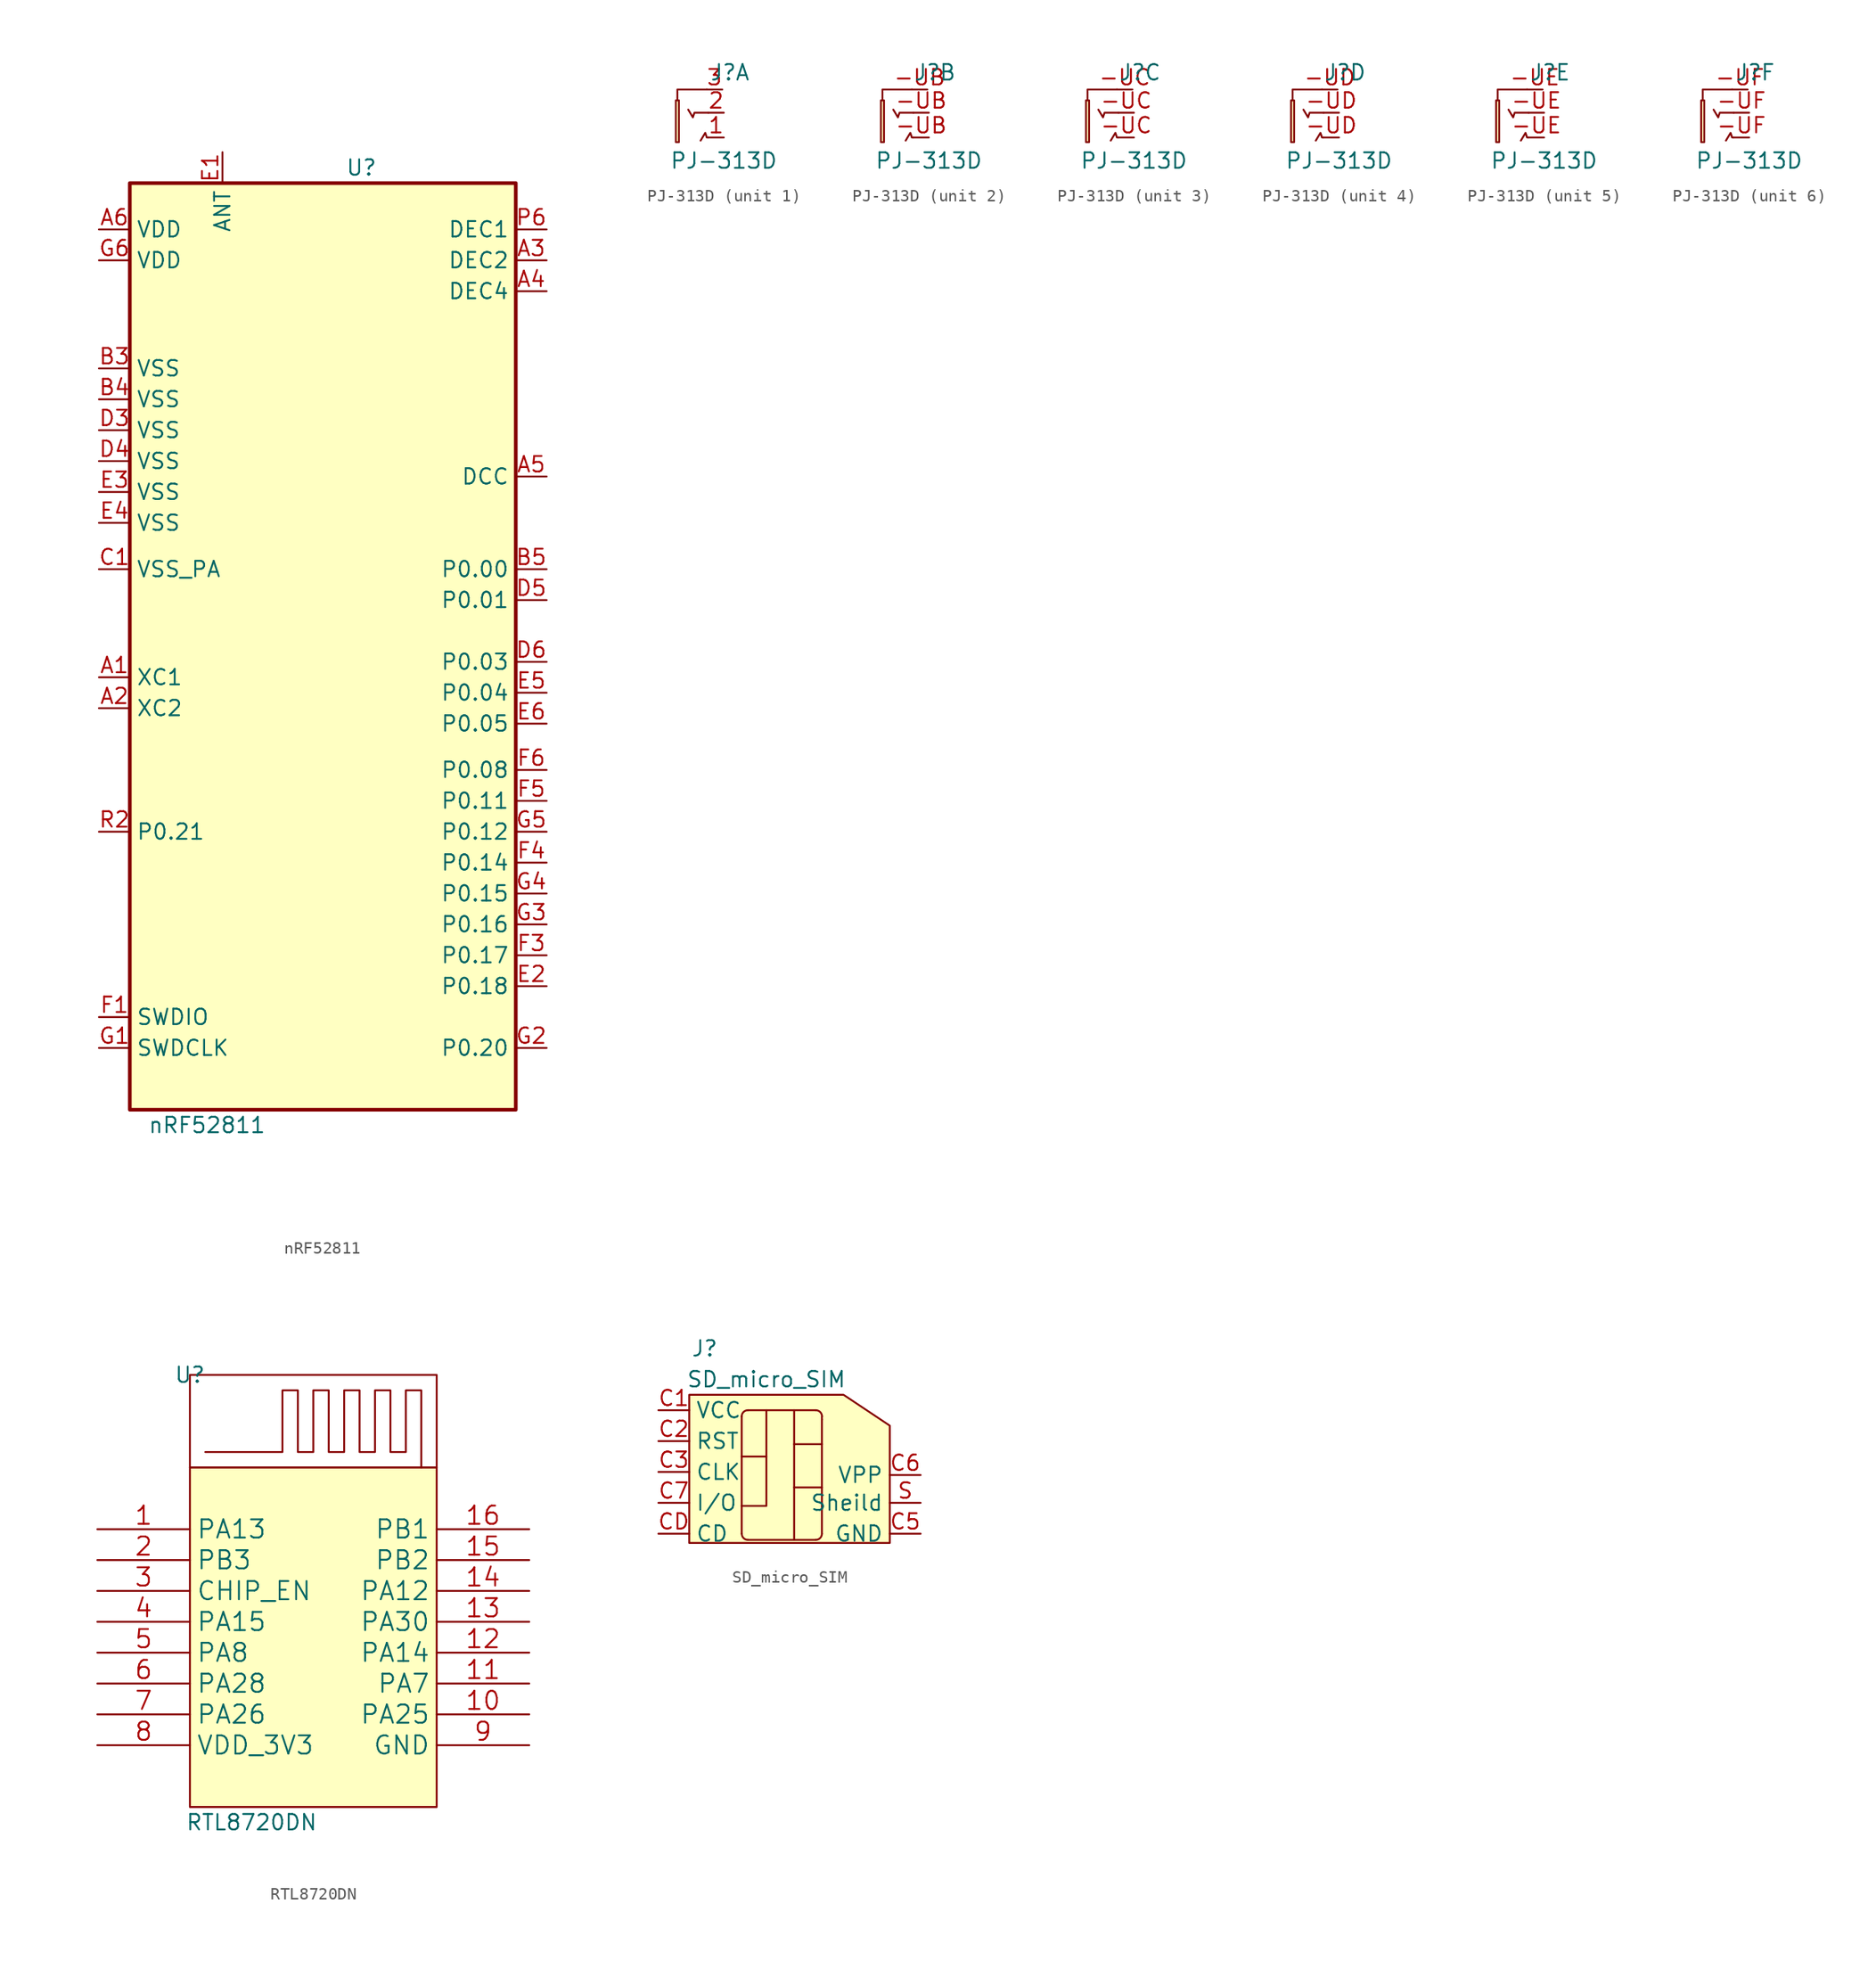
<source format=kicad_sym>
(kicad_symbol_lib
  (version 20211014)
  (generator kicad_symbol_editor)
  (symbol "nRF52811"
    (property "Reference" "U"
      (at 3.81 38.1 0)
      (effects (font (size 1.27 1.27))))
    (property "Value" "nRF52811"
      (at -8.89 -40.64 0)
      (effects (font (size 1.27 1.27))))
    (symbol "nRF52811_0_1"
      (rectangle (start -15.24 36.83) (end 16.51 -39.37) (stroke (width 0.3) (type default) (color 0 0 0 0)) (fill (type background))))
    (symbol "nRF52811_1_1"
      (pin input line (at -17.78 -3.81 0) (length 2.54) (name "XC1" (effects (font (size 1.27 1.27)))) (number "A1" (effects (font (size 1.27 1.27)))))
      (pin input line (at -17.78 -6.35 0) (length 2.54) (name "XC2" (effects (font (size 1.27 1.27)))) (number "A2" (effects (font (size 1.27 1.27)))))
      (pin power_out line (at 19.05 30.48 180) (length 2.54) (name "DEC2" (effects (font (size 1.27 1.27)))) (number "A3" (effects (font (size 1.27 1.27)))))
      (pin power_out line (at 19.05 27.94 180) (length 2.54) (name "DEC4" (effects (font (size 1.27 1.27)))) (number "A4" (effects (font (size 1.27 1.27)))))
      (pin power_in line (at 19.05 12.7 180) (length 2.54) (name "DCC" (effects (font (size 1.27 1.27)))) (number "A5" (effects (font (size 1.27 1.27)))))
      (pin power_in line (at -17.78 33.02 0) (length 2.54) (name "VDD" (effects (font (size 1.27 1.27)))) (number "A6" (effects (font (size 1.27 1.27)))))
      (pin power_in line (at -17.78 21.59 0) (length 2.54) (name "VSS" (effects (font (size 1.27 1.27)))) (number "B3" (effects (font (size 1.27 1.27)))))
      (pin power_in line (at -17.78 19.05 0) (length 2.54) (name "VSS" (effects (font (size 1.27 1.27)))) (number "B4" (effects (font (size 1.27 1.27)))))
      (pin bidirectional line (at 19.05 5.08 180) (length 2.54) (name "P0.00" (effects (font (size 1.27 1.27)))) (number "B5" (effects (font (size 1.27 1.27)))))
      (pin power_in line (at -17.78 5.08 0) (length 2.54) (name "VSS_PA" (effects (font (size 1.27 1.27)))) (number "C1" (effects (font (size 1.27 1.27)))))
      (pin power_in line (at -17.78 16.51 0) (length 2.54) (name "VSS" (effects (font (size 1.27 1.27)))) (number "D3" (effects (font (size 1.27 1.27)))))
      (pin power_in line (at -17.78 13.97 0) (length 2.54) (name "VSS" (effects (font (size 1.27 1.27)))) (number "D4" (effects (font (size 1.27 1.27)))))
      (pin bidirectional line (at 19.05 2.54 180) (length 2.54) (name "P0.01" (effects (font (size 1.27 1.27)))) (number "D5" (effects (font (size 1.27 1.27)))))
      (pin bidirectional line (at 19.05 -2.54 180) (length 2.54) (name "P0.03" (effects (font (size 1.27 1.27)))) (number "D6" (effects (font (size 1.27 1.27)))))
      (pin input line (at -7.62 39.37 270) (length 2.54) (name "ANT" (effects (font (size 1.27 1.27)))) (number "E1" (effects (font (size 1.27 1.27)))))
      (pin bidirectional line (at 19.05 -29.21 180) (length 2.54) (name "P0.18" (effects (font (size 1.27 1.27)))) (number "E2" (effects (font (size 1.27 1.27)))))
      (pin power_in line (at -17.78 11.43 0) (length 2.54) (name "VSS" (effects (font (size 1.27 1.27)))) (number "E3" (effects (font (size 1.27 1.27)))))
      (pin power_in line (at -17.78 8.89 0) (length 2.54) (name "VSS" (effects (font (size 1.27 1.27)))) (number "E4" (effects (font (size 1.27 1.27)))))
      (pin bidirectional line (at 19.05 -5.08 180) (length 2.54) (name "P0.04" (effects (font (size 1.27 1.27)))) (number "E5" (effects (font (size 1.27 1.27)))))
      (pin input line (at 19.05 -7.62 180) (length 2.54) (name "P0.05" (effects (font (size 1.27 1.27)))) (number "E6" (effects (font (size 1.27 1.27)))))
      (pin open_collector line (at -17.78 -31.75 0) (length 2.54) (name "SWDIO" (effects (font (size 1.27 1.27)))) (number "F1" (effects (font (size 1.27 1.27)))))
      (pin bidirectional line (at 19.05 -26.67 180) (length 2.54) (name "P0.17" (effects (font (size 1.27 1.27)))) (number "F3" (effects (font (size 1.27 1.27)))))
      (pin bidirectional line (at 19.05 -19.05 180) (length 2.54) (name "P0.14" (effects (font (size 1.27 1.27)))) (number "F4" (effects (font (size 1.27 1.27)))))
      (pin bidirectional line (at 19.05 -13.97 180) (length 2.54) (name "P0.11" (effects (font (size 1.27 1.27)))) (number "F5" (effects (font (size 1.27 1.27)))))
      (pin bidirectional line (at 19.05 -11.43 180) (length 2.54) (name "P0.08" (effects (font (size 1.27 1.27)))) (number "F6" (effects (font (size 1.27 1.27)))))
      (pin open_collector line (at -17.78 -34.29 0) (length 2.54) (name "SWDCLK" (effects (font (size 1.27 1.27)))) (number "G1" (effects (font (size 1.27 1.27)))))
      (pin bidirectional line (at 19.05 -34.29 180) (length 2.54) (name "P0.20" (effects (font (size 1.27 1.27)))) (number "G2" (effects (font (size 1.27 1.27)))))
      (pin bidirectional line (at 19.05 -24.13 180) (length 2.54) (name "P0.16" (effects (font (size 1.27 1.27)))) (number "G3" (effects (font (size 1.27 1.27)))))
      (pin bidirectional line (at 19.05 -21.59 180) (length 2.54) (name "P0.15" (effects (font (size 1.27 1.27)))) (number "G4" (effects (font (size 1.27 1.27)))))
      (pin bidirectional line (at 19.05 -16.51 180) (length 2.54) (name "P0.12" (effects (font (size 1.27 1.27)))) (number "G5" (effects (font (size 1.27 1.27)))))
      (pin power_in line (at -17.78 30.48 0) (length 2.54) (name "VDD" (effects (font (size 1.27 1.27)))) (number "G6" (effects (font (size 1.27 1.27)))))
      (pin power_out line (at 19.05 33.02 180) (length 2.54) (name "DEC1" (effects (font (size 1.27 1.27)))) (number "P6" (effects (font (size 1.27 1.27)))))
      (pin input line (at -17.78 -16.51 0) (length 2.54) (name "P0.21" (effects (font (size 1.27 1.27)))) (number "R2" (effects (font (size 1.27 1.27)))))))
  (symbol "PJ-313D"
    (property "Reference" "J"
      (at 2.032 3.175 0)
      (effects (font (size 1.27 1.27))))
    (property "Value" "PJ-313D"
      (at 1.524 -4.064 0)
      (effects (font (size 1.27 1.27))))
    (symbol "PJ-313D_0_1"
      (rectangle (start -2.413 0.889) (end -2.159 -2.54) (stroke (width 0) (type default) (color 0 0 0 0)) (fill (type background)))
      (polyline (pts (xy -2.286 0.889) (xy -2.286 1.778) (xy 0.127 1.778)) (stroke (width 0) (type default) (color 0 0 0 0)) (fill (type none)))
      (polyline (pts (xy -1.397 0.127) (xy -1.016 -0.508) (xy -0.889 -0.127) (xy 0.254 -0.127)) (stroke (width 0) (type default) (color 0 0 0 0)) (fill (type none)))
      (polyline (pts (xy -0.381 -2.413) (xy 0 -1.778) (xy 0.127 -2.159) (xy 0.254 -2.159)) (stroke (width 0) (type default) (color 0 0 0 0)) (fill (type none))))
    (symbol "PJ-313D_1_1"
      (pin bidirectional line (at 1.524 -2.159 180) (length 1.27) (name "" (effects (font (size 1.27 1.27)))) (number "1" (effects (font (size 1.27 1.27)))))
      (pin bidirectional line (at 1.524 -0.127 180) (length 1.27) (name "" (effects (font (size 1.27 1.27)))) (number "2" (effects (font (size 1.27 1.27)))))
      (pin bidirectional line (at 1.397 1.778 180) (length 1.27) (name "" (effects (font (size 1.27 1.27)))) (number "3" (effects (font (size 1.27 1.27))))))
    (symbol "PJ-313D_2_1"
      (pin bidirectional line (at 1.397 1.778 180) (length 1.27) (name "" (effects (font (size 1.27 1.27)))) (number "-UB" (effects (font (size 1.27 1.27)))))
      (pin bidirectional line (at 1.524 -2.159 180) (length 1.27) (name "" (effects (font (size 1.27 1.27)))) (number "-UB" (effects (font (size 1.27 1.27)))))
      (pin bidirectional line (at 1.524 -0.127 180) (length 1.27) (name "" (effects (font (size 1.27 1.27)))) (number "-UB" (effects (font (size 1.27 1.27))))))
    (symbol "PJ-313D_3_1"
      (pin bidirectional line (at 1.397 1.778 180) (length 1.27) (name "" (effects (font (size 1.27 1.27)))) (number "-UC" (effects (font (size 1.27 1.27)))))
      (pin bidirectional line (at 1.524 -2.159 180) (length 1.27) (name "" (effects (font (size 1.27 1.27)))) (number "-UC" (effects (font (size 1.27 1.27)))))
      (pin bidirectional line (at 1.524 -0.127 180) (length 1.27) (name "" (effects (font (size 1.27 1.27)))) (number "-UC" (effects (font (size 1.27 1.27))))))
    (symbol "PJ-313D_4_1"
      (pin bidirectional line (at 1.397 1.778 180) (length 1.27) (name "" (effects (font (size 1.27 1.27)))) (number "-UD" (effects (font (size 1.27 1.27)))))
      (pin bidirectional line (at 1.524 -2.159 180) (length 1.27) (name "" (effects (font (size 1.27 1.27)))) (number "-UD" (effects (font (size 1.27 1.27)))))
      (pin bidirectional line (at 1.524 -0.127 180) (length 1.27) (name "" (effects (font (size 1.27 1.27)))) (number "-UD" (effects (font (size 1.27 1.27))))))
    (symbol "PJ-313D_5_1"
      (pin bidirectional line (at 1.397 1.778 180) (length 1.27) (name "" (effects (font (size 1.27 1.27)))) (number "-UE" (effects (font (size 1.27 1.27)))))
      (pin bidirectional line (at 1.524 -2.159 180) (length 1.27) (name "" (effects (font (size 1.27 1.27)))) (number "-UE" (effects (font (size 1.27 1.27)))))
      (pin bidirectional line (at 1.524 -0.127 180) (length 1.27) (name "" (effects (font (size 1.27 1.27)))) (number "-UE" (effects (font (size 1.27 1.27))))))
    (symbol "PJ-313D_6_1"
      (pin bidirectional line (at 1.397 1.778 180) (length 1.27) (name "" (effects (font (size 1.27 1.27)))) (number "-UF" (effects (font (size 1.27 1.27)))))
      (pin bidirectional line (at 1.524 -2.159 180) (length 1.27) (name "" (effects (font (size 1.27 1.27)))) (number "-UF" (effects (font (size 1.27 1.27)))))
      (pin bidirectional line (at 1.524 -0.127 180) (length 1.27) (name "" (effects (font (size 1.27 1.27)))) (number "-UF" (effects (font (size 1.27 1.27)))))))
  (symbol "RTL8720DN"
    (property "Reference" "U"
      (at -17.78 21.59 0)
      (effects (font (size 1.27 1.27))))
    (property "Value" "RTL8720DN"
      (at -12.7 -15.24 0)
      (effects (font (size 1.27 1.27))))
    (symbol "RTL8720DN_0_1"
      (rectangle (start -17.78 13.97) (end 2.54 -13.97) (stroke (width 0) (type default) (color 0 0 0 0)) (fill (type background)))
      (polyline (pts (xy -17.78 13.97) (xy -17.78 21.59) (xy 2.54 21.59) (xy 2.54 13.97)) (stroke (width 0) (type default) (color 0 0 0 0)) (fill (type none)))
      (polyline (pts (xy 1.27 13.97) (xy 1.27 20.32) (xy 0 20.32) (xy 0 15.24) (xy -1.27 15.24) (xy -1.27 20.32) (xy -2.54 20.32) (xy -2.54 15.24) (xy -3.81 15.24) (xy -3.81 20.32) (xy -5.08 20.32) (xy -5.08 15.24) (xy -6.35 15.24) (xy -6.35 20.32) (xy -7.62 20.32) (xy -7.62 15.24) (xy -8.89 15.24) (xy -8.89 20.32) (xy -10.16 20.32) (xy -10.16 15.24) (xy -16.51 15.24)) (stroke (width 0) (type default) (color 0 0 0 0)) (fill (type none))))
    (symbol "RTL8720DN_1_1"
      (polyline (pts (xy -17.78 -13.97) (xy 2.54 -13.97)) (stroke (width 0.127) (type default) (color 0 0 0 0)) (fill (type none)))
      (polyline (pts (xy -17.78 13.97) (xy -17.78 -13.97)) (stroke (width 0.127) (type default) (color 0 0 0 0)) (fill (type none)))
      (polyline (pts (xy 2.54 -13.97) (xy 2.54 13.97)) (stroke (width 0.127) (type default) (color 0 0 0 0)) (fill (type none)))
      (polyline (pts (xy 2.54 13.97) (xy -17.78 13.97)) (stroke (width 0.127) (type default) (color 0 0 0 0)) (fill (type none)))
      (pin bidirectional line (at -25.4 8.89 0) (length 7.62) (name "PA13" (effects (font (size 1.499 1.499)))) (number "1" (effects (font (size 1.499 1.499)))))
      (pin bidirectional line (at 10.16 -6.35 180) (length 7.62) (name "PA25" (effects (font (size 1.499 1.499)))) (number "10" (effects (font (size 1.499 1.499)))))
      (pin bidirectional line (at 10.16 -3.81 180) (length 7.62) (name "PA7" (effects (font (size 1.499 1.499)))) (number "11" (effects (font (size 1.499 1.499)))))
      (pin bidirectional line (at 10.16 -1.27 180) (length 7.62) (name "PA14" (effects (font (size 1.499 1.499)))) (number "12" (effects (font (size 1.499 1.499)))))
      (pin bidirectional line (at 10.16 1.27 180) (length 7.62) (name "PA30" (effects (font (size 1.499 1.499)))) (number "13" (effects (font (size 1.499 1.499)))))
      (pin bidirectional line (at 10.16 3.81 180) (length 7.62) (name "PA12" (effects (font (size 1.499 1.499)))) (number "14" (effects (font (size 1.499 1.499)))))
      (pin bidirectional line (at 10.16 6.35 180) (length 7.62) (name "PB2" (effects (font (size 1.499 1.499)))) (number "15" (effects (font (size 1.499 1.499)))))
      (pin bidirectional line (at 10.16 8.89 180) (length 7.62) (name "PB1" (effects (font (size 1.499 1.499)))) (number "16" (effects (font (size 1.499 1.499)))))
      (pin bidirectional line (at -25.4 6.35 0) (length 7.62) (name "PB3" (effects (font (size 1.499 1.499)))) (number "2" (effects (font (size 1.499 1.499)))))
      (pin input line (at -25.4 3.81 0) (length 7.62) (name "CHIP_EN" (effects (font (size 1.499 1.499)))) (number "3" (effects (font (size 1.499 1.499)))))
      (pin bidirectional line (at -25.4 1.27 0) (length 7.62) (name "PA15" (effects (font (size 1.499 1.499)))) (number "4" (effects (font (size 1.499 1.499)))))
      (pin bidirectional line (at -25.4 -1.27 0) (length 7.62) (name "PA8" (effects (font (size 1.499 1.499)))) (number "5" (effects (font (size 1.499 1.499)))))
      (pin bidirectional line (at -25.4 -3.81 0) (length 7.62) (name "PA28" (effects (font (size 1.499 1.499)))) (number "6" (effects (font (size 1.499 1.499)))))
      (pin bidirectional line (at -25.4 -6.35 0) (length 7.62) (name "PA26" (effects (font (size 1.499 1.499)))) (number "7" (effects (font (size 1.499 1.499)))))
      (pin power_in line (at -25.4 -8.89 0) (length 7.62) (name "VDD_3V3" (effects (font (size 1.499 1.499)))) (number "8" (effects (font (size 1.499 1.499)))))
      (pin power_in line (at 10.16 -8.89 180) (length 7.62) (name "GND" (effects (font (size 1.499 1.499)))) (number "9" (effects (font (size 1.499 1.499)))))))
  (symbol "SD_micro_SIM"
    (property "Reference" "J"
      (at -5.08 5.08 0)
      (effects (font (size 1.27 1.27))))
    (property "Value" "SD_micro_SIM"
      (at 0 2.54 0)
      (effects (font (size 1.27 1.27))))
    (symbol "SD_micro_SIM_0_1"
      (arc (start -2.032 -10.16) (mid -1.8832 -10.5192) (end -1.524 -10.668) (stroke (width 0) (type default) (color 0 0 0 0)) (fill (type none)))
      (arc (start -1.524 0) (mid -1.8832 -0.1488) (end -2.032 -0.508) (stroke (width 0) (type default) (color 0 0 0 0)) (fill (type none)))
      (polyline (pts (xy -2.032 -3.81) (xy 0 -3.81)) (stroke (width 0) (type default) (color 0 0 0 0)) (fill (type none)))
      (polyline (pts (xy -2.032 -0.508) (xy -2.032 -10.16)) (stroke (width 0) (type default) (color 0 0 0 0)) (fill (type none)))
      (polyline (pts (xy -1.524 -10.668) (xy 4.064 -10.668)) (stroke (width 0) (type default) (color 0 0 0 0)) (fill (type none)))
      (polyline (pts (xy -1.524 0) (xy 4.064 0)) (stroke (width 0) (type default) (color 0 0 0 0)) (fill (type none)))
      (polyline (pts (xy 2.286 0) (xy 2.286 -10.668)) (stroke (width 0) (type default) (color 0 0 0 0)) (fill (type none)))
      (polyline (pts (xy 4.572 -6.35) (xy 2.286 -6.35)) (stroke (width 0) (type default) (color 0 0 0 0)) (fill (type none)))
      (polyline (pts (xy 4.572 -2.794) (xy 2.286 -2.794)) (stroke (width 0) (type default) (color 0 0 0 0)) (fill (type none)))
      (polyline (pts (xy 4.572 -0.762) (xy 4.572 -10.16)) (stroke (width 0) (type default) (color 0 0 0 0)) (fill (type none)))
      (polyline (pts (xy 4.572 -0.508) (xy 4.572 -0.762)) (stroke (width 0) (type default) (color 0 0 0 0)) (fill (type none)))
      (polyline (pts (xy 0 0) (xy 0 -7.874) (xy -2.032 -7.874)) (stroke (width 0) (type default) (color 0 0 0 0)) (fill (type none)))
      (polyline (pts (xy -6.35 1.27) (xy -6.35 -10.922) (xy 10.16 -10.922) (xy 10.16 -1.27) (xy 6.35 1.27) (xy -6.35 1.27)) (stroke (width 0) (type default) (color 0 0 0 0)) (fill (type background)))
      (arc (start 4.064 -10.668) (mid 4.4232 -10.5192) (end 4.572 -10.16) (stroke (width 0) (type default) (color 0 0 0 0)) (fill (type none)))
      (arc (start 4.572 -0.508) (mid 4.4232 -0.1488) (end 4.064 0) (stroke (width 0) (type default) (color 0 0 0 0)) (fill (type none))))
    (symbol "SD_micro_SIM_1_1"
      (pin power_in line (at -8.89 0 0) (length 2.54) (name "VCC" (effects (font (size 1.27 1.27)))) (number "C1" (effects (font (size 1.27 1.27)))))
      (pin input line (at -8.89 -2.54 0) (length 2.54) (name "RST" (effects (font (size 1.27 1.27)))) (number "C2" (effects (font (size 1.27 1.27)))))
      (pin input line (at -8.89 -5.08 0) (length 2.54) (name "CLK" (effects (font (size 1.27 1.27)))) (number "C3" (effects (font (size 1.27 1.27)))))
      (pin power_in line (at 12.7 -10.16 180) (length 2.54) (name "GND" (effects (font (size 1.27 1.27)))) (number "C5" (effects (font (size 1.27 1.27)))))
      (pin input line (at 12.7 -5.334 180) (length 2.54) (name "VPP" (effects (font (size 1.27 1.27)))) (number "C6" (effects (font (size 1.27 1.27)))))
      (pin bidirectional line (at -8.89 -7.62 0) (length 2.54) (name "I/O" (effects (font (size 1.27 1.27)))) (number "C7" (effects (font (size 1.27 1.27)))))
      (pin output line (at -8.89 -10.16 0) (length 2.54) (name "CD" (effects (font (size 1.27 1.27)))) (number "CD" (effects (font (size 1.27 1.27)))))
      (pin power_in line (at 12.7 -7.62 180) (length 2.54) (name "Sheild" (effects (font (size 1.27 1.27)))) (number "S" (effects (font (size 1.27 1.27))))))))
</source>
